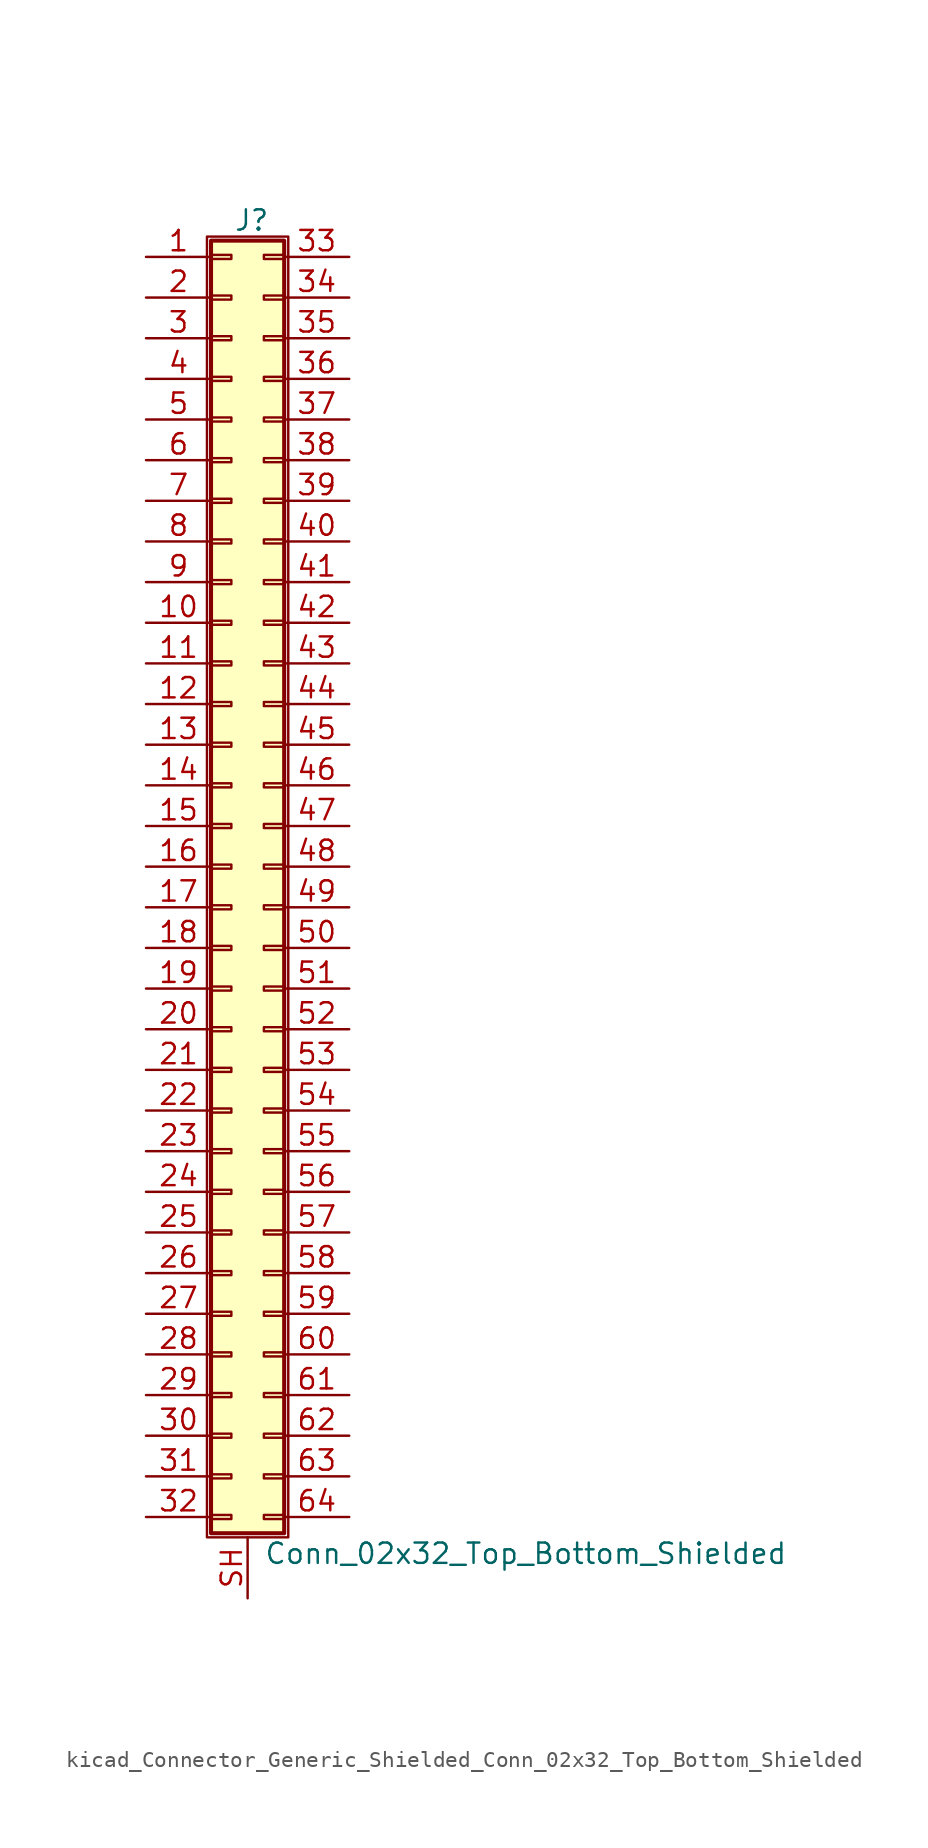
<source format=kicad_sym>
(kicad_symbol_lib
  (version 20220914)
  (generator kicad_symbol_editor)
  (symbol "kicad_Connector_Generic_Shielded_Conn_02x32_Top_Bottom_Shielded"
    (pin_names
      (offset 1.016) hide)
    (property "Reference" "J"
      (at 1.524 40.386 0)
      (effects (font (size 1.27 1.27))))
    (property "Value" "Conn_02x32_Top_Bottom_Shielded"
      (at 2.286 -42.926 0)
      (effects (font (size 1.27 1.27)) (justify left)))
    (symbol "kicad_Connector_Generic_Shielded_Conn_02x32_Top_Bottom_Shielded_1_1"
      (rectangle (start -1.27 39.37) (end 3.81 -41.91) (stroke (width 0.152) (type default)) (fill (type none)))
      (rectangle (start -1.016 -40.513) (end 0.254 -40.767) (stroke (width 0.152) (type default)) (fill (type none)))
      (rectangle (start -1.016 -37.973) (end 0.254 -38.227) (stroke (width 0.152) (type default)) (fill (type none)))
      (rectangle (start -1.016 -35.433) (end 0.254 -35.687) (stroke (width 0.152) (type default)) (fill (type none)))
      (rectangle (start -1.016 -32.893) (end 0.254 -33.147) (stroke (width 0.152) (type default)) (fill (type none)))
      (rectangle (start -1.016 -30.353) (end 0.254 -30.607) (stroke (width 0.152) (type default)) (fill (type none)))
      (rectangle (start -1.016 -27.813) (end 0.254 -28.067) (stroke (width 0.152) (type default)) (fill (type none)))
      (rectangle (start -1.016 -25.273) (end 0.254 -25.527) (stroke (width 0.152) (type default)) (fill (type none)))
      (rectangle (start -1.016 -22.733) (end 0.254 -22.987) (stroke (width 0.152) (type default)) (fill (type none)))
      (rectangle (start -1.016 -20.193) (end 0.254 -20.447) (stroke (width 0.152) (type default)) (fill (type none)))
      (rectangle (start -1.016 -17.653) (end 0.254 -17.907) (stroke (width 0.152) (type default)) (fill (type none)))
      (rectangle (start -1.016 -15.113) (end 0.254 -15.367) (stroke (width 0.152) (type default)) (fill (type none)))
      (rectangle (start -1.016 -12.573) (end 0.254 -12.827) (stroke (width 0.152) (type default)) (fill (type none)))
      (rectangle (start -1.016 -10.033) (end 0.254 -10.287) (stroke (width 0.152) (type default)) (fill (type none)))
      (rectangle (start -1.016 -7.493) (end 0.254 -7.747) (stroke (width 0.152) (type default)) (fill (type none)))
      (rectangle (start -1.016 -4.953) (end 0.254 -5.207) (stroke (width 0.152) (type default)) (fill (type none)))
      (rectangle (start -1.016 -2.413) (end 0.254 -2.667) (stroke (width 0.152) (type default)) (fill (type none)))
      (rectangle (start -1.016 0.127) (end 0.254 -0.127) (stroke (width 0.152) (type default)) (fill (type none)))
      (rectangle (start -1.016 2.667) (end 0.254 2.413) (stroke (width 0.152) (type default)) (fill (type none)))
      (rectangle (start -1.016 5.207) (end 0.254 4.953) (stroke (width 0.152) (type default)) (fill (type none)))
      (rectangle (start -1.016 7.747) (end 0.254 7.493) (stroke (width 0.152) (type default)) (fill (type none)))
      (rectangle (start -1.016 10.287) (end 0.254 10.033) (stroke (width 0.152) (type default)) (fill (type none)))
      (rectangle (start -1.016 12.827) (end 0.254 12.573) (stroke (width 0.152) (type default)) (fill (type none)))
      (rectangle (start -1.016 15.367) (end 0.254 15.113) (stroke (width 0.152) (type default)) (fill (type none)))
      (rectangle (start -1.016 17.907) (end 0.254 17.653) (stroke (width 0.152) (type default)) (fill (type none)))
      (rectangle (start -1.016 20.447) (end 0.254 20.193) (stroke (width 0.152) (type default)) (fill (type none)))
      (rectangle (start -1.016 22.987) (end 0.254 22.733) (stroke (width 0.152) (type default)) (fill (type none)))
      (rectangle (start -1.016 25.527) (end 0.254 25.273) (stroke (width 0.152) (type default)) (fill (type none)))
      (rectangle (start -1.016 28.067) (end 0.254 27.813) (stroke (width 0.152) (type default)) (fill (type none)))
      (rectangle (start -1.016 30.607) (end 0.254 30.353) (stroke (width 0.152) (type default)) (fill (type none)))
      (rectangle (start -1.016 33.147) (end 0.254 32.893) (stroke (width 0.152) (type default)) (fill (type none)))
      (rectangle (start -1.016 35.687) (end 0.254 35.433) (stroke (width 0.152) (type default)) (fill (type none)))
      (rectangle (start -1.016 38.227) (end 0.254 37.973) (stroke (width 0.152) (type default)) (fill (type none)))
      (rectangle (start -1.016 39.116) (end 3.556 -41.656) (stroke (width 0.254) (type default)) (fill (type background)))
      (rectangle (start 3.556 -40.513) (end 2.286 -40.767) (stroke (width 0.152) (type default)) (fill (type none)))
      (rectangle (start 3.556 -37.973) (end 2.286 -38.227) (stroke (width 0.152) (type default)) (fill (type none)))
      (rectangle (start 3.556 -35.433) (end 2.286 -35.687) (stroke (width 0.152) (type default)) (fill (type none)))
      (rectangle (start 3.556 -32.893) (end 2.286 -33.147) (stroke (width 0.152) (type default)) (fill (type none)))
      (rectangle (start 3.556 -30.353) (end 2.286 -30.607) (stroke (width 0.152) (type default)) (fill (type none)))
      (rectangle (start 3.556 -27.813) (end 2.286 -28.067) (stroke (width 0.152) (type default)) (fill (type none)))
      (rectangle (start 3.556 -25.273) (end 2.286 -25.527) (stroke (width 0.152) (type default)) (fill (type none)))
      (rectangle (start 3.556 -22.733) (end 2.286 -22.987) (stroke (width 0.152) (type default)) (fill (type none)))
      (rectangle (start 3.556 -20.193) (end 2.286 -20.447) (stroke (width 0.152) (type default)) (fill (type none)))
      (rectangle (start 3.556 -17.653) (end 2.286 -17.907) (stroke (width 0.152) (type default)) (fill (type none)))
      (rectangle (start 3.556 -15.113) (end 2.286 -15.367) (stroke (width 0.152) (type default)) (fill (type none)))
      (rectangle (start 3.556 -12.573) (end 2.286 -12.827) (stroke (width 0.152) (type default)) (fill (type none)))
      (rectangle (start 3.556 -10.033) (end 2.286 -10.287) (stroke (width 0.152) (type default)) (fill (type none)))
      (rectangle (start 3.556 -7.493) (end 2.286 -7.747) (stroke (width 0.152) (type default)) (fill (type none)))
      (rectangle (start 3.556 -4.953) (end 2.286 -5.207) (stroke (width 0.152) (type default)) (fill (type none)))
      (rectangle (start 3.556 -2.413) (end 2.286 -2.667) (stroke (width 0.152) (type default)) (fill (type none)))
      (rectangle (start 3.556 0.127) (end 2.286 -0.127) (stroke (width 0.152) (type default)) (fill (type none)))
      (rectangle (start 3.556 2.667) (end 2.286 2.413) (stroke (width 0.152) (type default)) (fill (type none)))
      (rectangle (start 3.556 5.207) (end 2.286 4.953) (stroke (width 0.152) (type default)) (fill (type none)))
      (rectangle (start 3.556 7.747) (end 2.286 7.493) (stroke (width 0.152) (type default)) (fill (type none)))
      (rectangle (start 3.556 10.287) (end 2.286 10.033) (stroke (width 0.152) (type default)) (fill (type none)))
      (rectangle (start 3.556 12.827) (end 2.286 12.573) (stroke (width 0.152) (type default)) (fill (type none)))
      (rectangle (start 3.556 15.367) (end 2.286 15.113) (stroke (width 0.152) (type default)) (fill (type none)))
      (rectangle (start 3.556 17.907) (end 2.286 17.653) (stroke (width 0.152) (type default)) (fill (type none)))
      (rectangle (start 3.556 20.447) (end 2.286 20.193) (stroke (width 0.152) (type default)) (fill (type none)))
      (rectangle (start 3.556 22.987) (end 2.286 22.733) (stroke (width 0.152) (type default)) (fill (type none)))
      (rectangle (start 3.556 25.527) (end 2.286 25.273) (stroke (width 0.152) (type default)) (fill (type none)))
      (rectangle (start 3.556 28.067) (end 2.286 27.813) (stroke (width 0.152) (type default)) (fill (type none)))
      (rectangle (start 3.556 30.607) (end 2.286 30.353) (stroke (width 0.152) (type default)) (fill (type none)))
      (rectangle (start 3.556 33.147) (end 2.286 32.893) (stroke (width 0.152) (type default)) (fill (type none)))
      (rectangle (start 3.556 35.687) (end 2.286 35.433) (stroke (width 0.152) (type default)) (fill (type none)))
      (rectangle (start 3.556 38.227) (end 2.286 37.973) (stroke (width 0.152) (type default)) (fill (type none)))
      (pin passive line (at -5.08 38.1 0) (length 4.064) (name "Pin_1" (effects (font (size 1.27 1.27)))) (number "1" (effects (font (size 1.27 1.27)))))
      (pin passive line (at -5.08 15.24 0) (length 4.064) (name "Pin_10" (effects (font (size 1.27 1.27)))) (number "10" (effects (font (size 1.27 1.27)))))
      (pin passive line (at -5.08 12.7 0) (length 4.064) (name "Pin_11" (effects (font (size 1.27 1.27)))) (number "11" (effects (font (size 1.27 1.27)))))
      (pin passive line (at -5.08 10.16 0) (length 4.064) (name "Pin_12" (effects (font (size 1.27 1.27)))) (number "12" (effects (font (size 1.27 1.27)))))
      (pin passive line (at -5.08 7.62 0) (length 4.064) (name "Pin_13" (effects (font (size 1.27 1.27)))) (number "13" (effects (font (size 1.27 1.27)))))
      (pin passive line (at -5.08 5.08 0) (length 4.064) (name "Pin_14" (effects (font (size 1.27 1.27)))) (number "14" (effects (font (size 1.27 1.27)))))
      (pin passive line (at -5.08 2.54 0) (length 4.064) (name "Pin_15" (effects (font (size 1.27 1.27)))) (number "15" (effects (font (size 1.27 1.27)))))
      (pin passive line (at -5.08 0 0) (length 4.064) (name "Pin_16" (effects (font (size 1.27 1.27)))) (number "16" (effects (font (size 1.27 1.27)))))
      (pin passive line (at -5.08 -2.54 0) (length 4.064) (name "Pin_17" (effects (font (size 1.27 1.27)))) (number "17" (effects (font (size 1.27 1.27)))))
      (pin passive line (at -5.08 -5.08 0) (length 4.064) (name "Pin_18" (effects (font (size 1.27 1.27)))) (number "18" (effects (font (size 1.27 1.27)))))
      (pin passive line (at -5.08 -7.62 0) (length 4.064) (name "Pin_19" (effects (font (size 1.27 1.27)))) (number "19" (effects (font (size 1.27 1.27)))))
      (pin passive line (at -5.08 35.56 0) (length 4.064) (name "Pin_2" (effects (font (size 1.27 1.27)))) (number "2" (effects (font (size 1.27 1.27)))))
      (pin passive line (at -5.08 -10.16 0) (length 4.064) (name "Pin_20" (effects (font (size 1.27 1.27)))) (number "20" (effects (font (size 1.27 1.27)))))
      (pin passive line (at -5.08 -12.7 0) (length 4.064) (name "Pin_21" (effects (font (size 1.27 1.27)))) (number "21" (effects (font (size 1.27 1.27)))))
      (pin passive line (at -5.08 -15.24 0) (length 4.064) (name "Pin_22" (effects (font (size 1.27 1.27)))) (number "22" (effects (font (size 1.27 1.27)))))
      (pin passive line (at -5.08 -17.78 0) (length 4.064) (name "Pin_23" (effects (font (size 1.27 1.27)))) (number "23" (effects (font (size 1.27 1.27)))))
      (pin passive line (at -5.08 -20.32 0) (length 4.064) (name "Pin_24" (effects (font (size 1.27 1.27)))) (number "24" (effects (font (size 1.27 1.27)))))
      (pin passive line (at -5.08 -22.86 0) (length 4.064) (name "Pin_25" (effects (font (size 1.27 1.27)))) (number "25" (effects (font (size 1.27 1.27)))))
      (pin passive line (at -5.08 -25.4 0) (length 4.064) (name "Pin_26" (effects (font (size 1.27 1.27)))) (number "26" (effects (font (size 1.27 1.27)))))
      (pin passive line (at -5.08 -27.94 0) (length 4.064) (name "Pin_27" (effects (font (size 1.27 1.27)))) (number "27" (effects (font (size 1.27 1.27)))))
      (pin passive line (at -5.08 -30.48 0) (length 4.064) (name "Pin_28" (effects (font (size 1.27 1.27)))) (number "28" (effects (font (size 1.27 1.27)))))
      (pin passive line (at -5.08 -33.02 0) (length 4.064) (name "Pin_29" (effects (font (size 1.27 1.27)))) (number "29" (effects (font (size 1.27 1.27)))))
      (pin passive line (at -5.08 33.02 0) (length 4.064) (name "Pin_3" (effects (font (size 1.27 1.27)))) (number "3" (effects (font (size 1.27 1.27)))))
      (pin passive line (at -5.08 -35.56 0) (length 4.064) (name "Pin_30" (effects (font (size 1.27 1.27)))) (number "30" (effects (font (size 1.27 1.27)))))
      (pin passive line (at -5.08 -38.1 0) (length 4.064) (name "Pin_31" (effects (font (size 1.27 1.27)))) (number "31" (effects (font (size 1.27 1.27)))))
      (pin passive line (at -5.08 -40.64 0) (length 4.064) (name "Pin_32" (effects (font (size 1.27 1.27)))) (number "32" (effects (font (size 1.27 1.27)))))
      (pin passive line (at 7.62 38.1 180) (length 4.064) (name "Pin_33" (effects (font (size 1.27 1.27)))) (number "33" (effects (font (size 1.27 1.27)))))
      (pin passive line (at 7.62 35.56 180) (length 4.064) (name "Pin_34" (effects (font (size 1.27 1.27)))) (number "34" (effects (font (size 1.27 1.27)))))
      (pin passive line (at 7.62 33.02 180) (length 4.064) (name "Pin_35" (effects (font (size 1.27 1.27)))) (number "35" (effects (font (size 1.27 1.27)))))
      (pin passive line (at 7.62 30.48 180) (length 4.064) (name "Pin_36" (effects (font (size 1.27 1.27)))) (number "36" (effects (font (size 1.27 1.27)))))
      (pin passive line (at 7.62 27.94 180) (length 4.064) (name "Pin_37" (effects (font (size 1.27 1.27)))) (number "37" (effects (font (size 1.27 1.27)))))
      (pin passive line (at 7.62 25.4 180) (length 4.064) (name "Pin_38" (effects (font (size 1.27 1.27)))) (number "38" (effects (font (size 1.27 1.27)))))
      (pin passive line (at 7.62 22.86 180) (length 4.064) (name "Pin_39" (effects (font (size 1.27 1.27)))) (number "39" (effects (font (size 1.27 1.27)))))
      (pin passive line (at -5.08 30.48 0) (length 4.064) (name "Pin_4" (effects (font (size 1.27 1.27)))) (number "4" (effects (font (size 1.27 1.27)))))
      (pin passive line (at 7.62 20.32 180) (length 4.064) (name "Pin_40" (effects (font (size 1.27 1.27)))) (number "40" (effects (font (size 1.27 1.27)))))
      (pin passive line (at 7.62 17.78 180) (length 4.064) (name "Pin_41" (effects (font (size 1.27 1.27)))) (number "41" (effects (font (size 1.27 1.27)))))
      (pin passive line (at 7.62 15.24 180) (length 4.064) (name "Pin_42" (effects (font (size 1.27 1.27)))) (number "42" (effects (font (size 1.27 1.27)))))
      (pin passive line (at 7.62 12.7 180) (length 4.064) (name "Pin_43" (effects (font (size 1.27 1.27)))) (number "43" (effects (font (size 1.27 1.27)))))
      (pin passive line (at 7.62 10.16 180) (length 4.064) (name "Pin_44" (effects (font (size 1.27 1.27)))) (number "44" (effects (font (size 1.27 1.27)))))
      (pin passive line (at 7.62 7.62 180) (length 4.064) (name "Pin_45" (effects (font (size 1.27 1.27)))) (number "45" (effects (font (size 1.27 1.27)))))
      (pin passive line (at 7.62 5.08 180) (length 4.064) (name "Pin_46" (effects (font (size 1.27 1.27)))) (number "46" (effects (font (size 1.27 1.27)))))
      (pin passive line (at 7.62 2.54 180) (length 4.064) (name "Pin_47" (effects (font (size 1.27 1.27)))) (number "47" (effects (font (size 1.27 1.27)))))
      (pin passive line (at 7.62 0 180) (length 4.064) (name "Pin_48" (effects (font (size 1.27 1.27)))) (number "48" (effects (font (size 1.27 1.27)))))
      (pin passive line (at 7.62 -2.54 180) (length 4.064) (name "Pin_49" (effects (font (size 1.27 1.27)))) (number "49" (effects (font (size 1.27 1.27)))))
      (pin passive line (at -5.08 27.94 0) (length 4.064) (name "Pin_5" (effects (font (size 1.27 1.27)))) (number "5" (effects (font (size 1.27 1.27)))))
      (pin passive line (at 7.62 -5.08 180) (length 4.064) (name "Pin_50" (effects (font (size 1.27 1.27)))) (number "50" (effects (font (size 1.27 1.27)))))
      (pin passive line (at 7.62 -7.62 180) (length 4.064) (name "Pin_51" (effects (font (size 1.27 1.27)))) (number "51" (effects (font (size 1.27 1.27)))))
      (pin passive line (at 7.62 -10.16 180) (length 4.064) (name "Pin_52" (effects (font (size 1.27 1.27)))) (number "52" (effects (font (size 1.27 1.27)))))
      (pin passive line (at 7.62 -12.7 180) (length 4.064) (name "Pin_53" (effects (font (size 1.27 1.27)))) (number "53" (effects (font (size 1.27 1.27)))))
      (pin passive line (at 7.62 -15.24 180) (length 4.064) (name "Pin_54" (effects (font (size 1.27 1.27)))) (number "54" (effects (font (size 1.27 1.27)))))
      (pin passive line (at 7.62 -17.78 180) (length 4.064) (name "Pin_55" (effects (font (size 1.27 1.27)))) (number "55" (effects (font (size 1.27 1.27)))))
      (pin passive line (at 7.62 -20.32 180) (length 4.064) (name "Pin_56" (effects (font (size 1.27 1.27)))) (number "56" (effects (font (size 1.27 1.27)))))
      (pin passive line (at 7.62 -22.86 180) (length 4.064) (name "Pin_57" (effects (font (size 1.27 1.27)))) (number "57" (effects (font (size 1.27 1.27)))))
      (pin passive line (at 7.62 -25.4 180) (length 4.064) (name "Pin_58" (effects (font (size 1.27 1.27)))) (number "58" (effects (font (size 1.27 1.27)))))
      (pin passive line (at 7.62 -27.94 180) (length 4.064) (name "Pin_59" (effects (font (size 1.27 1.27)))) (number "59" (effects (font (size 1.27 1.27)))))
      (pin passive line (at -5.08 25.4 0) (length 4.064) (name "Pin_6" (effects (font (size 1.27 1.27)))) (number "6" (effects (font (size 1.27 1.27)))))
      (pin passive line (at 7.62 -30.48 180) (length 4.064) (name "Pin_60" (effects (font (size 1.27 1.27)))) (number "60" (effects (font (size 1.27 1.27)))))
      (pin passive line (at 7.62 -33.02 180) (length 4.064) (name "Pin_61" (effects (font (size 1.27 1.27)))) (number "61" (effects (font (size 1.27 1.27)))))
      (pin passive line (at 7.62 -35.56 180) (length 4.064) (name "Pin_62" (effects (font (size 1.27 1.27)))) (number "62" (effects (font (size 1.27 1.27)))))
      (pin passive line (at 7.62 -38.1 180) (length 4.064) (name "Pin_63" (effects (font (size 1.27 1.27)))) (number "63" (effects (font (size 1.27 1.27)))))
      (pin passive line (at 7.62 -40.64 180) (length 4.064) (name "Pin_64" (effects (font (size 1.27 1.27)))) (number "64" (effects (font (size 1.27 1.27)))))
      (pin passive line (at -5.08 22.86 0) (length 4.064) (name "Pin_7" (effects (font (size 1.27 1.27)))) (number "7" (effects (font (size 1.27 1.27)))))
      (pin passive line (at -5.08 20.32 0) (length 4.064) (name "Pin_8" (effects (font (size 1.27 1.27)))) (number "8" (effects (font (size 1.27 1.27)))))
      (pin passive line (at -5.08 17.78 0) (length 4.064) (name "Pin_9" (effects (font (size 1.27 1.27)))) (number "9" (effects (font (size 1.27 1.27)))))
      (pin passive line (at 1.27 -45.72 90) (length 3.81) (name "Shield" (effects (font (size 1.27 1.27)))) (number "SH" (effects (font (size 1.27 1.27))))))))
</source>
